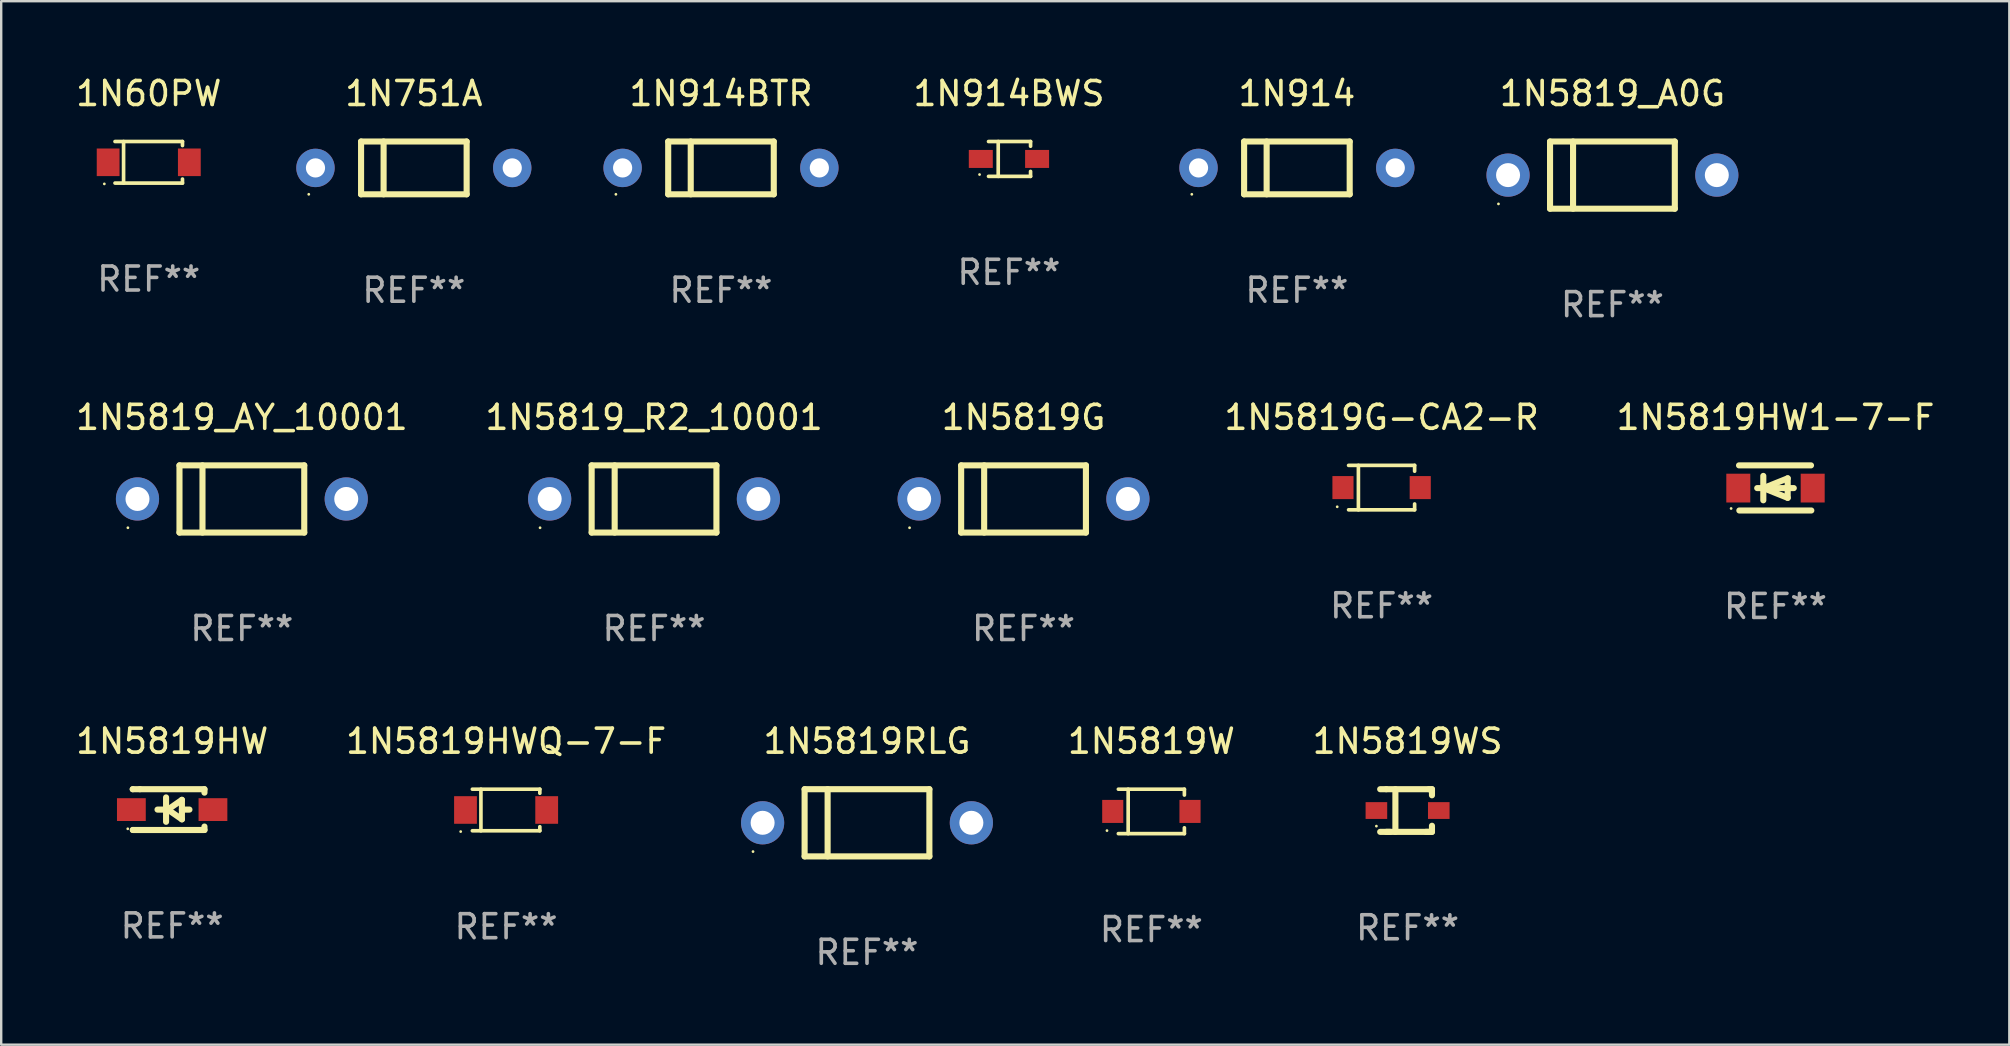
<source format=kicad_pcb>
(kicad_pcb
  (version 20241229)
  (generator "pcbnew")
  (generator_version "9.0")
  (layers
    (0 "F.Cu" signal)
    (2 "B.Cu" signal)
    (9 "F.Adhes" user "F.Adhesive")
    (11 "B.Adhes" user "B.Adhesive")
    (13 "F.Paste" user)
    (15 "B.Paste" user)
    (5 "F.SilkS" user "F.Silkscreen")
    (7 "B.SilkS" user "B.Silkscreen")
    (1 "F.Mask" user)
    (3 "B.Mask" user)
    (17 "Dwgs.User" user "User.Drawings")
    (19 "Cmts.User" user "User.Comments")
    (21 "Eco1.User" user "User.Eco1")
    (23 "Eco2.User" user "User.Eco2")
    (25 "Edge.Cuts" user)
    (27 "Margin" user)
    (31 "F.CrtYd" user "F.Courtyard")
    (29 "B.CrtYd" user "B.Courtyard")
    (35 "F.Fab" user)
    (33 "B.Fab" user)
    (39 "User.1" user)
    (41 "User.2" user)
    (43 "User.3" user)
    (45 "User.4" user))
  (footprint "1N5819G"
    (layer "F.Cu")
    (at 39.607 17.745)
    (property "Reference" "1N5819G" (at 0 -3.4 0) (layer "F.SilkS") (effects (font (size 1 1) (thickness 0.15))))
    (attr through_hole)
    (fp_line (start -2.6 -1.4) (end -2.6 1.4) (stroke (width 0.254) (type solid)) (layer "F.SilkS"))
    (fp_line (start -2.6 -1.4) (end 2.6 -1.4) (stroke (width 0.254) (type solid)) (layer "F.SilkS"))
    (fp_line (start -2.6 1.4) (end 2.6 1.4) (stroke (width 0.254) (type solid)) (layer "F.SilkS"))
    (fp_line (start -1.641 -1.4) (end -1.641 1.4) (stroke (width 0.254) (type solid)) (layer "F.SilkS"))
    (fp_line (start 2.6 -1.4) (end 2.6 1.4) (stroke (width 0.254) (type solid)) (layer "F.SilkS"))
    (fp_circle (center -4.75 1.2) (end -4.72 1.2) (stroke (width 0.06) (type solid)) (fill no) (layer "F.SilkS"))
    (fp_text user "REF**" (at 0 5.4 0) (layer "F.Fab") (effects (font (size 1 1) (thickness 0.15))))
    (pad "1" thru_hole circle (at -4.35 0) (size 1.8 1.8) (drill 1) (layers "*.Cu" "*.Mask"))
    (pad "2" thru_hole circle (at 4.35 0) (size 1.8 1.8) (drill 1) (layers "*.Cu" "*.Mask")))
  (footprint "1N5819W"
    (layer "F.Cu")
    (at 44.935 30.767)
    (property "Reference" "1N5819W" (at 0 -2.926 0) (layer "F.SilkS") (effects (font (size 1 1) (thickness 0.15))))
    (attr through_hole)
    (fp_line (start -1.376 -0.926) (end 1.376 -0.926) (stroke (width 0.152) (type solid)) (layer "F.SilkS"))
    (fp_line (start -1.376 0.926) (end 1.376 0.926) (stroke (width 0.152) (type solid)) (layer "F.SilkS"))
    (fp_line (start -0.967 -0.926) (end -0.967 0.926) (stroke (width 0.152) (type solid)) (layer "F.SilkS"))
    (fp_line (start 1.376 -0.926) (end 1.376 -0.683) (stroke (width 0.152) (type solid)) (layer "F.SilkS"))
    (fp_line (start 1.376 0.926) (end 1.376 0.683) (stroke (width 0.152) (type solid)) (layer "F.SilkS"))
    (fp_circle (center -1.85 0.8) (end -1.82 0.8) (stroke (width 0.06) (type solid)) (fill no) (layer "F.SilkS"))
    (fp_text user "REF**" (at 0 4.926 0) (layer "F.Fab") (effects (font (size 1 1) (thickness 0.15))))
    (pad "1" smd rect (at -1.61 0) (size 0.88 0.96) (layers "F.Cu" "F.Mask" "F.Paste"))
    (pad "2" smd rect (at 1.61 0) (size 0.88 0.96) (layers "F.Cu" "F.Mask" "F.Paste")))
  (footprint "1N914BWS"
    (layer "F.Cu")
    (at 38.999 3.574)
    (property "Reference" "1N914BWS" (at 0 -2.726 0) (layer "F.SilkS") (effects (font (size 1 1) (thickness 0.15))))
    (attr through_hole)
    (fp_line (start -0.851 -0.726) (end 0.901 -0.726) (stroke (width 0.152) (type solid)) (layer "F.SilkS"))
    (fp_line (start -0.851 0.726) (end 0.901 0.726) (stroke (width 0.152) (type solid)) (layer "F.SilkS"))
    (fp_line (start -0.447 -0.726) (end -0.447 0.726) (stroke (width 0.152) (type solid)) (layer "F.SilkS"))
    (fp_line (start 0.901 -0.726) (end 0.901 -0.53) (stroke (width 0.152) (type solid)) (layer "F.SilkS"))
    (fp_line (start 0.901 0.726) (end 0.901 0.52) (stroke (width 0.152) (type solid)) (layer "F.SilkS"))
    (fp_circle (center -1.225 0.65) (end -1.195 0.65) (stroke (width 0.06) (type solid)) (fill no) (layer "F.SilkS"))
    (fp_text user "REF**" (at 0 4.726 0) (layer "F.Fab") (effects (font (size 1 1) (thickness 0.15))))
    (pad "1" smd rect (at -1.173 0) (size 1 0.75) (layers "F.Cu" "F.Mask" "F.Paste"))
    (pad "2" smd rect (at 1.173 0) (size 1 0.75) (layers "F.Cu" "F.Mask" "F.Paste")))
  (footprint "1N5819G-CA2-R"
    (layer "F.Cu")
    (at 54.53 17.271)
    (property "Reference" "1N5819G-CA2-R" (at 0 -2.926 0) (layer "F.SilkS") (effects (font (size 1 1) (thickness 0.15))))
    (attr through_hole)
    (fp_line (start -1.376 -0.926) (end 1.376 -0.926) (stroke (width 0.152) (type solid)) (layer "F.SilkS"))
    (fp_line (start -1.376 0.926) (end 1.376 0.926) (stroke (width 0.152) (type solid)) (layer "F.SilkS"))
    (fp_line (start -0.967 -0.926) (end -0.967 0.926) (stroke (width 0.152) (type solid)) (layer "F.SilkS"))
    (fp_line (start 1.376 -0.926) (end 1.376 -0.683) (stroke (width 0.152) (type solid)) (layer "F.SilkS"))
    (fp_line (start 1.376 0.926) (end 1.376 0.683) (stroke (width 0.152) (type solid)) (layer "F.SilkS"))
    (fp_circle (center -1.85 0.8) (end -1.82 0.8) (stroke (width 0.06) (type solid)) (fill no) (layer "F.SilkS"))
    (fp_text user "REF**" (at 0 4.926 0) (layer "F.Fab") (effects (font (size 1 1) (thickness 0.15))))
    (pad "1" smd rect (at -1.61 -0.000076) (size 0.88 0.96) (layers "F.Cu" "F.Mask" "F.Paste"))
    (pad "2" smd rect (at 1.61 -0.000076) (size 0.88 0.96) (layers "F.Cu" "F.Mask" "F.Paste")))
  (footprint "1N5819_R2_10001"
    (layer "F.Cu")
    (at 24.208 17.745)
    (property "Reference" "1N5819_R2_10001" (at 0 -3.4 0) (layer "F.SilkS") (effects (font (size 1 1) (thickness 0.15))))
    (attr through_hole)
    (fp_line (start -2.6 -1.4) (end -2.6 1.4) (stroke (width 0.254) (type solid)) (layer "F.SilkS"))
    (fp_line (start -2.6 -1.4) (end 2.6 -1.4) (stroke (width 0.254) (type solid)) (layer "F.SilkS"))
    (fp_line (start -2.6 1.4) (end 2.6 1.4) (stroke (width 0.254) (type solid)) (layer "F.SilkS"))
    (fp_line (start -1.641 -1.4) (end -1.641 1.4) (stroke (width 0.254) (type solid)) (layer "F.SilkS"))
    (fp_line (start 2.6 -1.4) (end 2.6 1.4) (stroke (width 0.254) (type solid)) (layer "F.SilkS"))
    (fp_circle (center -4.75 1.2) (end -4.72 1.2) (stroke (width 0.06) (type solid)) (fill no) (layer "F.SilkS"))
    (fp_text user "REF**" (at 0 5.4 0) (layer "F.Fab") (effects (font (size 1 1) (thickness 0.15))))
    (pad "1" thru_hole circle (at -4.35 0) (size 1.8 1.8) (drill 1) (layers "*.Cu" "*.Mask"))
    (pad "2" thru_hole circle (at 4.35 0) (size 1.8 1.8) (drill 1) (layers "*.Cu" "*.Mask")))
  (footprint "1N5819WS"
    (layer "F.Cu")
    (at 55.613 30.73)
    (property "Reference" "1N5819WS" (at 0 -2.889 0) (layer "F.SilkS") (effects (font (size 1 1) (thickness 0.15))))
    (attr through_hole)
    (fp_line (start -0.889 -0.889) (end -1.143 -0.889) (stroke (width 0.254) (type solid)) (layer "F.SilkS"))
    (fp_line (start -0.889 -0.889) (end 0.889 -0.889) (stroke (width 0.254) (type solid)) (layer "F.SilkS"))
    (fp_line (start -0.889 0.889) (end 0.889 0.889) (stroke (width 0.254) (type solid)) (layer "F.SilkS"))
    (fp_line (start -0.728 0.889) (end -1.143 0.889) (stroke (width 0.254) (type solid)) (layer "F.SilkS"))
    (fp_line (start -0.508 -0.889) (end -0.508 0.889) (stroke (width 0.254) (type solid)) (layer "F.SilkS"))
    (fp_line (start 0.763 0.889) (end 1.016 0.889) (stroke (width 0.254) (type solid)) (layer "F.SilkS"))
    (fp_line (start 0.889 -0.889) (end 1.016 -0.889) (stroke (width 0.254) (type solid)) (layer "F.SilkS"))
    (fp_line (start 1.016 -0.889) (end 1.016 -0.635) (stroke (width 0.254) (type solid)) (layer "F.SilkS"))
    (fp_line (start 1.016 0.889) (end 1.016 0.635) (stroke (width 0.254) (type solid)) (layer "F.SilkS"))
    (fp_circle (center -1.3 0.65) (end -1.27 0.65) (stroke (width 0.06) (type solid)) (fill no) (layer "F.SilkS"))
    (fp_text user "REF**" (at 0 4.889 0) (layer "F.Fab") (effects (font (size 1 1) (thickness 0.15))))
    (pad "1" smd rect (at -1.3 0) (size 0.9 0.7) (layers "F.Cu" "F.Mask" "F.Paste"))
    (pad "2" smd rect (at 1.3 0) (size 0.9 0.7) (layers "F.Cu" "F.Mask" "F.Paste")))
  (footprint "1N914"
    (layer "F.Cu")
    (at 51 3.948)
    (property "Reference" "1N914" (at 0 -3.1 0) (layer "F.SilkS") (effects (font (size 1 1) (thickness 0.15))))
    (attr through_hole)
    (fp_line (start -2.2 -1.1) (end -2.2 1.1) (stroke (width 0.254) (type solid)) (layer "F.SilkS"))
    (fp_line (start -2.2 -1.1) (end 2.2 -1.1) (stroke (width 0.254) (type solid)) (layer "F.SilkS"))
    (fp_line (start -2.2 1.1) (end 2.2 1.1) (stroke (width 0.254) (type solid)) (layer "F.SilkS"))
    (fp_line (start -1.261 -1.1) (end -1.261 1.1) (stroke (width 0.254) (type solid)) (layer "F.SilkS"))
    (fp_line (start 2.2 -1.1) (end 2.2 1.1) (stroke (width 0.254) (type solid)) (layer "F.SilkS"))
    (fp_circle (center -4.38 1.1) (end -4.35 1.1) (stroke (width 0.06) (type solid)) (fill no) (layer "F.SilkS"))
    (fp_text user "REF**" (at 0 5.1 0) (layer "F.Fab") (effects (font (size 1 1) (thickness 0.15))))
    (pad "1" thru_hole circle (at -4.1 0) (size 1.6 1.6) (drill 0.8) (layers "*.Cu" "*.Mask"))
    (pad "2" thru_hole circle (at 4.1 0) (size 1.6 1.6) (drill 0.8) (layers "*.Cu" "*.Mask")))
  (footprint "1N5819_A0G"
    (layer "F.Cu")
    (at 64.15 4.248)
    (property "Reference" "1N5819_A0G" (at 0 -3.4 0) (layer "F.SilkS") (effects (font (size 1 1) (thickness 0.15))))
    (attr through_hole)
    (fp_line (start -2.6 -1.4) (end -2.6 1.4) (stroke (width 0.254) (type solid)) (layer "F.SilkS"))
    (fp_line (start -2.6 -1.4) (end 2.6 -1.4) (stroke (width 0.254) (type solid)) (layer "F.SilkS"))
    (fp_line (start -2.6 1.4) (end 2.6 1.4) (stroke (width 0.254) (type solid)) (layer "F.SilkS"))
    (fp_line (start -1.641 -1.4) (end -1.641 1.4) (stroke (width 0.254) (type solid)) (layer "F.SilkS"))
    (fp_line (start 2.6 -1.4) (end 2.6 1.4) (stroke (width 0.254) (type solid)) (layer "F.SilkS"))
    (fp_circle (center -4.75 1.2) (end -4.72 1.2) (stroke (width 0.06) (type solid)) (fill no) (layer "F.SilkS"))
    (fp_text user "REF**" (at 0 5.4 0) (layer "F.Fab") (effects (font (size 1 1) (thickness 0.15))))
    (pad "1" thru_hole circle (at -4.35 0) (size 1.8 1.8) (drill 1) (layers "*.Cu" "*.Mask"))
    (pad "2" thru_hole circle (at 4.35 0) (size 1.8 1.8) (drill 1) (layers "*.Cu" "*.Mask")))
  (footprint "1N914BTR"
    (layer "F.Cu")
    (at 26.998 3.948)
    (property "Reference" "1N914BTR" (at 0 -3.1 0) (layer "F.SilkS") (effects (font (size 1 1) (thickness 0.15))))
    (attr through_hole)
    (fp_line (start -2.2 -1.1) (end -2.2 1.1) (stroke (width 0.254) (type solid)) (layer "F.SilkS"))
    (fp_line (start -2.2 -1.1) (end 2.2 -1.1) (stroke (width 0.254) (type solid)) (layer "F.SilkS"))
    (fp_line (start -2.2 1.1) (end 2.2 1.1) (stroke (width 0.254) (type solid)) (layer "F.SilkS"))
    (fp_line (start -1.261 -1.1) (end -1.261 1.1) (stroke (width 0.254) (type solid)) (layer "F.SilkS"))
    (fp_line (start 2.2 -1.1) (end 2.2 1.1) (stroke (width 0.254) (type solid)) (layer "F.SilkS"))
    (fp_circle (center -4.38 1.1) (end -4.35 1.1) (stroke (width 0.06) (type solid)) (fill no) (layer "F.SilkS"))
    (fp_text user "REF**" (at 0 5.1 0) (layer "F.Fab") (effects (font (size 1 1) (thickness 0.15))))
    (pad "1" thru_hole circle (at -4.1 0) (size 1.6 1.6) (drill 0.8) (layers "*.Cu" "*.Mask"))
    (pad "2" thru_hole circle (at 4.1 0) (size 1.6 1.6) (drill 0.8) (layers "*.Cu" "*.Mask")))
  (footprint "1N5819HW1-7-F"
    (layer "F.Cu")
    (at 70.946 17.285)
    (property "Reference" "1N5819HW1-7-F" (at 0 -2.94 0) (layer "F.SilkS") (effects (font (size 1 1) (thickness 0.15))))
    (attr through_hole)
    (fp_line (start -1.52 -0.94) (end 1.48 -0.94) (stroke (width 0.254) (type solid)) (layer "F.SilkS"))
    (fp_line (start -1.507 0.94) (end 1.493 0.94) (stroke (width 0.254) (type solid)) (layer "F.SilkS"))
    (fp_line (start -0.762 0.007) (end 0.762 0.007) (stroke (width 0.254) (type solid)) (layer "F.SilkS"))
    (fp_line (start -0.508 -0.501) (end -0.508 0.515) (stroke (width 0.254) (type solid)) (layer "F.SilkS"))
    (fp_line (start -0.508 0.007) (end 0.508 -0.4) (stroke (width 0.254) (type solid)) (layer "F.SilkS"))
    (fp_line (start 0.508 -0.4) (end 0.508 0.413) (stroke (width 0.254) (type solid)) (layer "F.SilkS"))
    (fp_line (start 0.508 0.413) (end -0.508 0.007) (stroke (width 0.254) (type solid)) (layer "F.SilkS"))
    (fp_circle (center -1.85 0.857) (end -1.82 0.857) (stroke (width 0.06) (type solid)) (fill no) (layer "F.SilkS"))
    (fp_text user "REF**" (at 0 4.94 0) (layer "F.Fab") (effects (font (size 1 1) (thickness 0.15))))
    (pad "1" smd rect (at -1.55 0.007) (size 1 1.2) (layers "F.Cu" "F.Mask" "F.Paste"))
    (pad "2" smd rect (at 1.55 0.007) (size 1 1.2) (layers "F.Cu" "F.Mask" "F.Paste")))
  (footprint "1N5819HWQ-7-F"
    (layer "F.Cu")
    (at 18.042 30.707)
    (property "Reference" "1N5819HWQ-7-F" (at 0 -2.866 0) (layer "F.SilkS") (effects (font (size 1 1) (thickness 0.15))))
    (attr through_hole)
    (fp_line (start -1.406 -0.866) (end 1.406 -0.866) (stroke (width 0.152) (type solid)) (layer "F.SilkS"))
    (fp_line (start -1.406 0.866) (end 1.406 0.866) (stroke (width 0.152) (type solid)) (layer "F.SilkS"))
    (fp_line (start -1.049 -0.866) (end -1.049 0.866) (stroke (width 0.152) (type solid)) (layer "F.SilkS"))
    (fp_line (start 1.406 -0.866) (end 1.406 -0.698) (stroke (width 0.152) (type solid)) (layer "F.SilkS"))
    (fp_line (start 1.406 0.866) (end 1.406 0.698) (stroke (width 0.152) (type solid)) (layer "F.SilkS"))
    (fp_circle (center -1.892 0.9) (end -1.862 0.9) (stroke (width 0.06) (type solid)) (fill no) (layer "F.SilkS"))
    (fp_text user "REF**" (at 0 4.866 0) (layer "F.Fab") (effects (font (size 1 1) (thickness 0.15))))
    (pad "1" smd rect (at -1.692 0) (size 0.95 1.15) (layers "F.Cu" "F.Mask" "F.Paste"))
    (pad "2" smd rect (at 1.692 0) (size 0.95 1.15) (layers "F.Cu" "F.Mask" "F.Paste")))
  (footprint "1N751A"
    (layer "F.Cu")
    (at 14.198 3.948)
    (property "Reference" "1N751A" (at 0 -3.1 0) (layer "F.SilkS") (effects (font (size 1 1) (thickness 0.15))))
    (attr through_hole)
    (fp_line (start -2.2 -1.1) (end -2.2 1.1) (stroke (width 0.254) (type solid)) (layer "F.SilkS"))
    (fp_line (start -2.2 -1.1) (end 2.2 -1.1) (stroke (width 0.254) (type solid)) (layer "F.SilkS"))
    (fp_line (start -2.2 1.1) (end 2.2 1.1) (stroke (width 0.254) (type solid)) (layer "F.SilkS"))
    (fp_line (start -1.261 -1.1) (end -1.261 1.1) (stroke (width 0.254) (type solid)) (layer "F.SilkS"))
    (fp_line (start 2.2 -1.1) (end 2.2 1.1) (stroke (width 0.254) (type solid)) (layer "F.SilkS"))
    (fp_circle (center -4.38 1.1) (end -4.35 1.1) (stroke (width 0.06) (type solid)) (fill no) (layer "F.SilkS"))
    (fp_text user "REF**" (at 0 5.1 0) (layer "F.Fab") (effects (font (size 1 1) (thickness 0.15))))
    (pad "1" thru_hole circle (at -4.1 0) (size 1.6 1.6) (drill 0.8) (layers "*.Cu" "*.Mask"))
    (pad "2" thru_hole circle (at 4.1 0) (size 1.6 1.6) (drill 0.8) (layers "*.Cu" "*.Mask")))
  (footprint "1N5819RLG"
    (layer "F.Cu")
    (at 33.083 31.241)
    (property "Reference" "1N5819RLG" (at 0 -3.4 0) (layer "F.SilkS") (effects (font (size 1 1) (thickness 0.15))))
    (attr through_hole)
    (fp_line (start -2.6 -1.4) (end -2.6 1.4) (stroke (width 0.254) (type solid)) (layer "F.SilkS"))
    (fp_line (start -2.6 -1.4) (end 2.6 -1.4) (stroke (width 0.254) (type solid)) (layer "F.SilkS"))
    (fp_line (start -2.6 1.4) (end 2.6 1.4) (stroke (width 0.254) (type solid)) (layer "F.SilkS"))
    (fp_line (start -1.641 -1.4) (end -1.641 1.4) (stroke (width 0.254) (type solid)) (layer "F.SilkS"))
    (fp_line (start 2.6 -1.4) (end 2.6 1.4) (stroke (width 0.254) (type solid)) (layer "F.SilkS"))
    (fp_circle (center -4.75 1.2) (end -4.72 1.2) (stroke (width 0.06) (type solid)) (fill no) (layer "F.SilkS"))
    (fp_text user "REF**" (at 0 5.4 0) (layer "F.Fab") (effects (font (size 1 1) (thickness 0.15))))
    (pad "1" thru_hole circle (at -4.35 0) (size 1.8 1.8) (drill 1) (layers "*.Cu" "*.Mask"))
    (pad "2" thru_hole circle (at 4.35 0) (size 1.8 1.8) (drill 1) (layers "*.Cu" "*.Mask")))
  (footprint "1N60PW"
    (layer "F.Cu")
    (at 3.149 3.714)
    (property "Reference" "1N60PW" (at 0 -2.866 0) (layer "F.SilkS") (effects (font (size 1 1) (thickness 0.15))))
    (attr through_hole)
    (fp_line (start -1.406 -0.866) (end 1.406 -0.866) (stroke (width 0.152) (type solid)) (layer "F.SilkS"))
    (fp_line (start -1.406 0.866) (end 1.406 0.866) (stroke (width 0.152) (type solid)) (layer "F.SilkS"))
    (fp_line (start -1.049 -0.866) (end -1.049 0.866) (stroke (width 0.152) (type solid)) (layer "F.SilkS"))
    (fp_line (start 1.406 -0.866) (end 1.406 -0.698) (stroke (width 0.152) (type solid)) (layer "F.SilkS"))
    (fp_line (start 1.406 0.866) (end 1.406 0.698) (stroke (width 0.152) (type solid)) (layer "F.SilkS"))
    (fp_circle (center -1.851 0.9) (end -1.821 0.9) (stroke (width 0.06) (type solid)) (fill no) (layer "F.SilkS"))
    (fp_text user "REF**" (at 0 4.866 0) (layer "F.Fab") (effects (font (size 1 1) (thickness 0.15))))
    (pad "1" smd rect (at -1.692 0) (size 0.95 1.15) (layers "F.Cu" "F.Mask" "F.Paste"))
    (pad "2" smd rect (at 1.692 0) (size 0.95 1.15) (layers "F.Cu" "F.Mask" "F.Paste")))
  (footprint "1N5819HW"
    (layer "F.Cu")
    (at 4.125 30.691)
    (property "Reference" "1N5819HW" (at 0 -2.85 0) (layer "F.SilkS") (effects (font (size 1 1) (thickness 0.15))))
    (attr through_hole)
    (fp_line (start -1.643 -0.85) (end -1.644 -0.849) (stroke (width 0.254) (type solid)) (layer "F.SilkS"))
    (fp_line (start -1.638 0.85) (end -1.639 0.849) (stroke (width 0.254) (type solid)) (layer "F.SilkS"))
    (fp_line (start -1.346 -0.85) (end -1.643 -0.85) (stroke (width 0.254) (type solid)) (layer "F.SilkS"))
    (fp_line (start -1.346 -0.85) (end 1.346 -0.85) (stroke (width 0.254) (type solid)) (layer "F.SilkS"))
    (fp_line (start -1.346 0.85) (end -1.638 0.85) (stroke (width 0.254) (type solid)) (layer "F.SilkS"))
    (fp_line (start -0.28 0) (end -0.61 0) (stroke (width 0.254) (type solid)) (layer "F.SilkS"))
    (fp_line (start -0.254 -0.508) (end -0.254 0.508) (stroke (width 0.254) (type solid)) (layer "F.SilkS"))
    (fp_line (start -0.178 0) (end 0.406 -0.406) (stroke (width 0.254) (type solid)) (layer "F.SilkS"))
    (fp_line (start 0.406 -0.406) (end 0.406 0.406) (stroke (width 0.254) (type solid)) (layer "F.SilkS"))
    (fp_line (start 0.406 -0.000254) (end 0.72 -0.000254) (stroke (width 0.254) (type solid)) (layer "F.SilkS"))
    (fp_line (start 0.406 0.406) (end -0.178 0) (stroke (width 0.254) (type solid)) (layer "F.SilkS"))
    (fp_line (start 1.346 -0.85) (end 1.346 -0.706) (stroke (width 0.254) (type solid)) (layer "F.SilkS"))
    (fp_line (start 1.346 0.706) (end 1.346 0.85) (stroke (width 0.254) (type solid)) (layer "F.SilkS"))
    (fp_line (start 1.346 0.85) (end -1.346 0.85) (stroke (width 0.254) (type solid)) (layer "F.SilkS"))
    (fp_circle (center -1.85 0.8) (end -1.82 0.8) (stroke (width 0.06) (type solid)) (fill no) (layer "F.SilkS"))
    (fp_text user "REF**" (at 0 4.85 0) (layer "F.Fab") (effects (font (size 1 1) (thickness 0.15))))
    (pad "1" smd rect (at -1.7 0) (size 1.2 0.95) (layers "F.Cu" "F.Mask" "F.Paste"))
    (pad "2" smd rect (at 1.7 0) (size 1.2 0.95) (layers "F.Cu" "F.Mask" "F.Paste")))
  (footprint "1N5819_AY_10001"
    (layer "F.Cu")
    (at 7.03 17.745)
    (property "Reference" "1N5819_AY_10001" (at 0 -3.4 0) (layer "F.SilkS") (effects (font (size 1 1) (thickness 0.15))))
    (attr through_hole)
    (fp_line (start -2.6 -1.4) (end -2.6 1.4) (stroke (width 0.254) (type solid)) (layer "F.SilkS"))
    (fp_line (start -2.6 -1.4) (end 2.6 -1.4) (stroke (width 0.254) (type solid)) (layer "F.SilkS"))
    (fp_line (start -2.6 1.4) (end 2.6 1.4) (stroke (width 0.254) (type solid)) (layer "F.SilkS"))
    (fp_line (start -1.641 -1.4) (end -1.641 1.4) (stroke (width 0.254) (type solid)) (layer "F.SilkS"))
    (fp_line (start 2.6 -1.4) (end 2.6 1.4) (stroke (width 0.254) (type solid)) (layer "F.SilkS"))
    (fp_circle (center -4.75 1.2) (end -4.72 1.2) (stroke (width 0.06) (type solid)) (fill no) (layer "F.SilkS"))
    (fp_text user "REF**" (at 0 5.4 0) (layer "F.Fab") (effects (font (size 1 1) (thickness 0.15))))
    (pad "1" thru_hole circle (at -4.35 0) (size 1.8 1.8) (drill 1) (layers "*.Cu" "*.Mask"))
    (pad "2" thru_hole circle (at 4.35 0) (size 1.8 1.8) (drill 1) (layers "*.Cu" "*.Mask")))
  (gr_rect
    (start -3 -3)
    (end 80.691 40.489)
    (stroke (width 0.1) (type default))
    (fill no)
    (layer "Edge.Cuts")))
</source>
